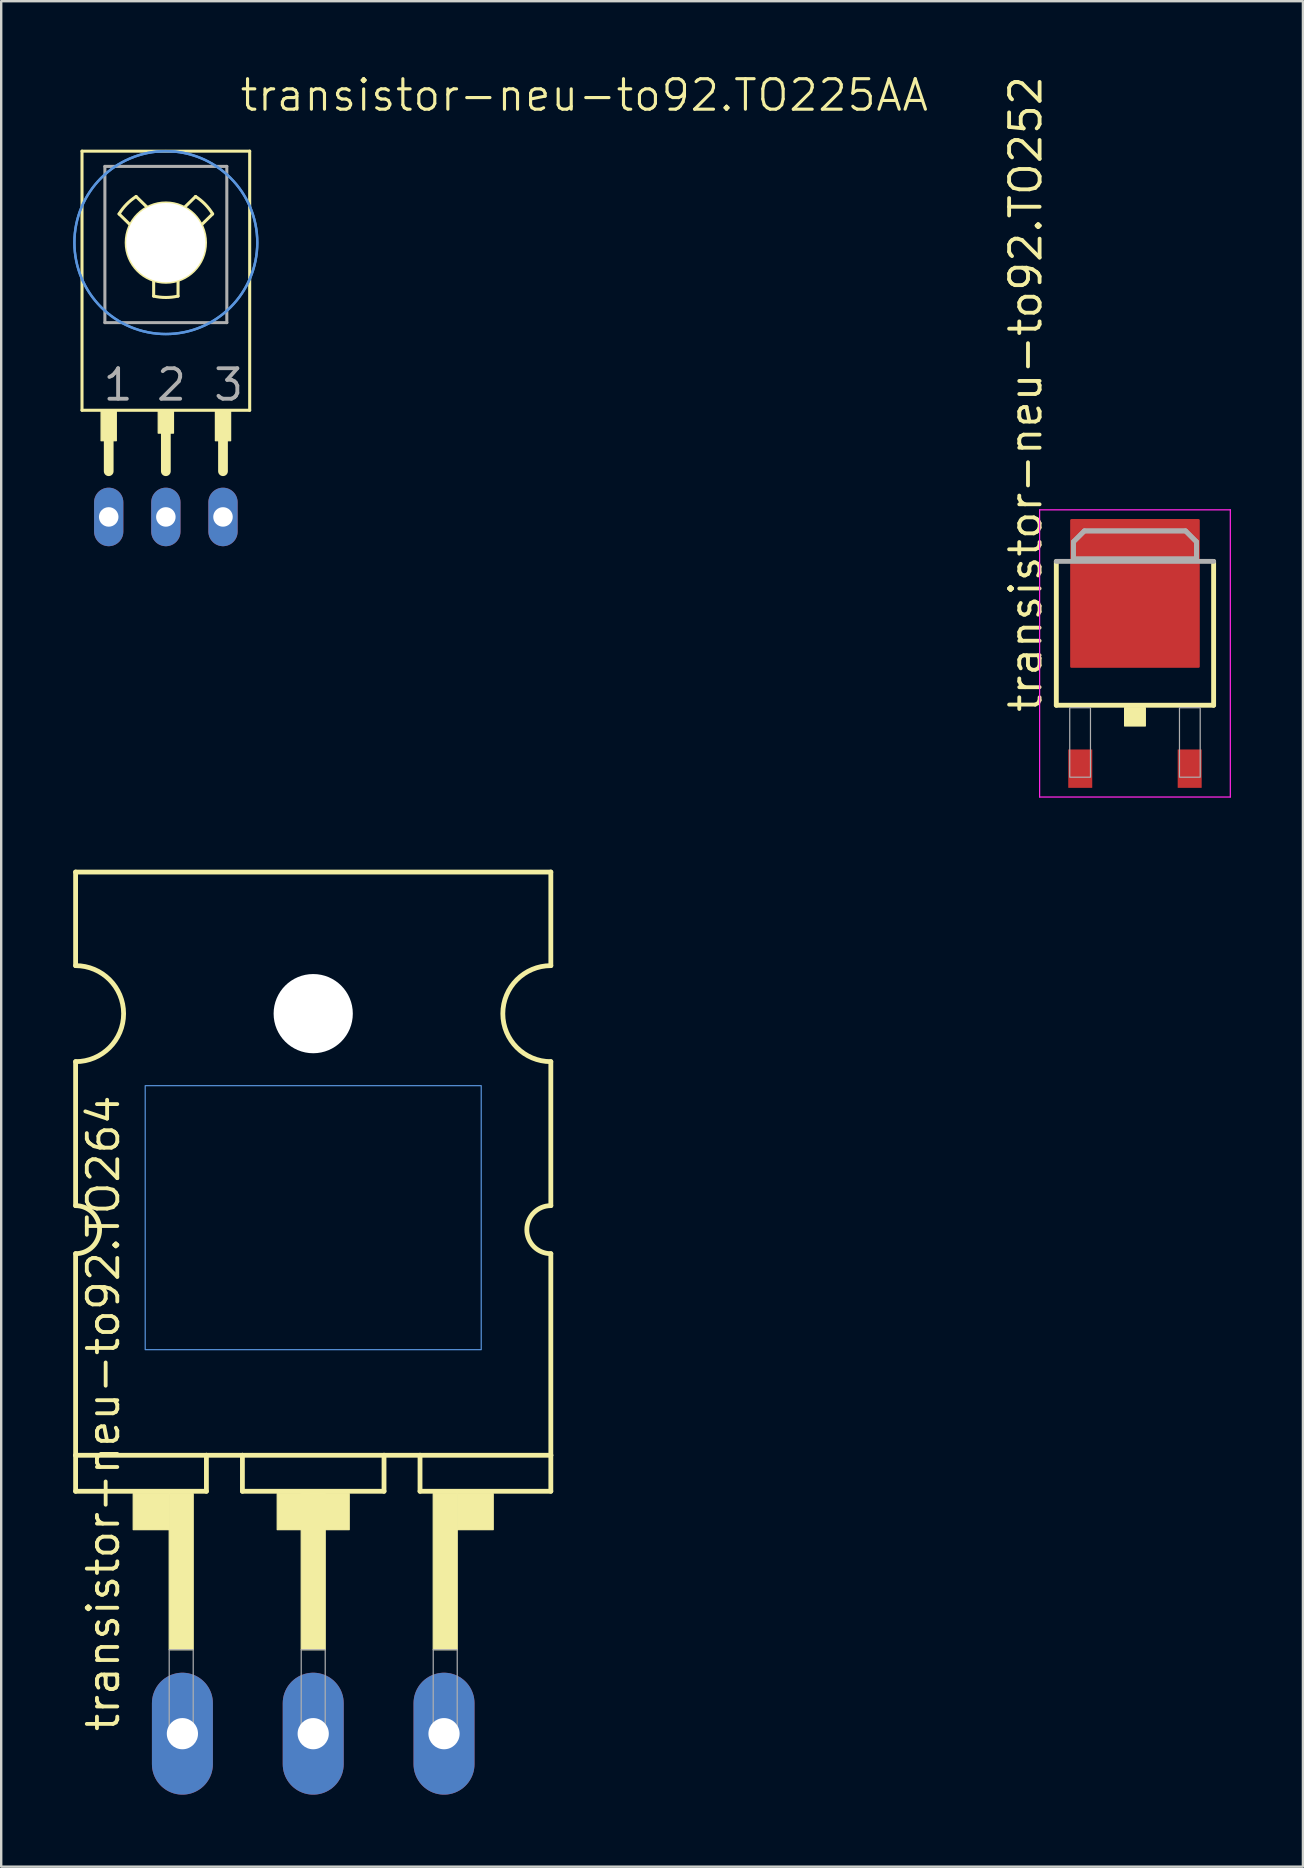
<source format=kicad_pcb>
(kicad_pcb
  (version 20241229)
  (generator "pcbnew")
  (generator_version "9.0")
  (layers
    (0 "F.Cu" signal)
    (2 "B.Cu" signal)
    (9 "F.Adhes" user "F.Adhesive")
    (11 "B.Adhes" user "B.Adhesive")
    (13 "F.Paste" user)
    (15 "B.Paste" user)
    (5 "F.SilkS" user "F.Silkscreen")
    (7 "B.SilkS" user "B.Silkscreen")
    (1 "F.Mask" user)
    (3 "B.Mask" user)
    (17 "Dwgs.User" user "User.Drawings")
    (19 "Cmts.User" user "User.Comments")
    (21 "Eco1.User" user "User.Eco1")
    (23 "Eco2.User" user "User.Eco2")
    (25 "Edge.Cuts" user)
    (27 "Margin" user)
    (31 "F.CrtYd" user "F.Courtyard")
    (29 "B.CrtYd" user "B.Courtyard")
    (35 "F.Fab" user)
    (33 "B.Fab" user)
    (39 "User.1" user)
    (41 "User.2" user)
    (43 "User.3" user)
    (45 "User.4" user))
  (footprint "transistor-neu-to92.TO264"
    (layer "F.Cu")
    (at 10 39.183)
    (property "Reference" "transistor-neu-to92.TO264" (at -8 30 90) (layer "F.SilkS") (effects (font (size 1.27 1.27) (thickness 0.16)) (justify left bottom)))
    (attr through_hole)
    (fp_line (start -9.9 -5.9) (end -9.9 -2) (stroke (width 0.2) (type default)) (layer "F.SilkS"))
    (fp_line (start -9.9 2) (end -9.9 8) (stroke (width 0.2) (type default)) (layer "F.SilkS"))
    (fp_line (start -9.9 10) (end -9.9 18.4) (stroke (width 0.2) (type default)) (layer "F.SilkS"))
    (fp_line (start -9.9 18.4) (end -9.9 19.9) (stroke (width 0.2) (type default)) (layer "F.SilkS"))
    (fp_line (start -9.9 18.4) (end -4.45 18.4) (stroke (width 0.2) (type default)) (layer "F.SilkS"))
    (fp_line (start -9.9 19.9) (end -4.45 19.9) (stroke (width 0.2) (type default)) (layer "F.SilkS"))
    (fp_line (start -4.45 18.4) (end -2.95 18.4) (stroke (width 0.2) (type default)) (layer "F.SilkS"))
    (fp_line (start -4.45 19.9) (end -4.45 18.4) (stroke (width 0.2) (type default)) (layer "F.SilkS"))
    (fp_line (start -2.95 18.4) (end 2.95 18.4) (stroke (width 0.2) (type default)) (layer "F.SilkS"))
    (fp_line (start -2.95 19.9) (end -2.95 18.4) (stroke (width 0.2) (type default)) (layer "F.SilkS"))
    (fp_line (start -2.95 19.9) (end 2.95 19.9) (stroke (width 0.2) (type default)) (layer "F.SilkS"))
    (fp_line (start 2.95 18.4) (end 4.45 18.4) (stroke (width 0.2) (type default)) (layer "F.SilkS"))
    (fp_line (start 2.95 19.9) (end 2.95 18.4) (stroke (width 0.2) (type default)) (layer "F.SilkS"))
    (fp_line (start 4.45 18.4) (end 9.9 18.4) (stroke (width 0.2) (type default)) (layer "F.SilkS"))
    (fp_line (start 4.45 19.9) (end 4.45 18.4) (stroke (width 0.2) (type default)) (layer "F.SilkS"))
    (fp_line (start 4.45 19.9) (end 9.9 19.9) (stroke (width 0.2) (type default)) (layer "F.SilkS"))
    (fp_line (start 9.9 -5.9) (end -9.9 -5.9) (stroke (width 0.2) (type default)) (layer "F.SilkS"))
    (fp_line (start 9.9 -2) (end 9.9 -5.9) (stroke (width 0.2) (type default)) (layer "F.SilkS"))
    (fp_line (start 9.9 8) (end 9.9 2) (stroke (width 0.2) (type default)) (layer "F.SilkS"))
    (fp_line (start 9.9 18.4) (end 9.9 10) (stroke (width 0.2) (type default)) (layer "F.SilkS"))
    (fp_line (start 9.9 19.9) (end 9.9 18.4) (stroke (width 0.2) (type default)) (layer "F.SilkS"))
    (fp_rect (start -7.5 21.5) (end -6 20) (stroke (width 0.05) (type default)) (fill yes) (layer "F.SilkS"))
    (fp_rect (start -6 26.5) (end -5 20) (stroke (width 0.05) (type default)) (fill yes) (layer "F.SilkS"))
    (fp_rect (start -1.5 21.5) (end 1.5 20) (stroke (width 0.05) (type default)) (fill yes) (layer "F.SilkS"))
    (fp_rect (start -0.5 26.5) (end 0.5 20) (stroke (width 0.05) (type default)) (fill yes) (layer "F.SilkS"))
    (fp_rect (start 5 26.5) (end 6 20) (stroke (width 0.05) (type default)) (fill yes) (layer "F.SilkS"))
    (fp_rect (start 6 21.5) (end 7.5 20) (stroke (width 0.05) (type default)) (fill yes) (layer "F.SilkS"))
    (fp_arc (start -9.9 -2) (mid -7.9 0) (end -9.9 2) (stroke (width 0.2) (type default)) (layer "F.SilkS"))
    (fp_arc (start -9.9 8) (mid -8.9 9) (end -9.9 10) (stroke (width 0.2) (type default)) (layer "F.SilkS"))
    (fp_arc (start 9.9 2) (mid 7.9 0) (end 9.9 -2) (stroke (width 0.2) (type default)) (layer "F.SilkS"))
    (fp_arc (start 9.9 10) (mid 8.9 9) (end 9.9 8) (stroke (width 0.2) (type default)) (layer "F.SilkS"))
    (fp_rect (start -7 14) (end 7 3) (stroke (width 0.05) (type default)) (fill no) (layer "Cmts.User"))
    (fp_rect (start -6 30) (end -5 26.5) (stroke (width 0.05) (type default)) (fill no) (layer "F.Fab"))
    (fp_rect (start -0.5 30) (end 0.5 26.5) (stroke (width 0.05) (type default)) (fill no) (layer "F.Fab"))
    (fp_rect (start 5 30) (end 6 26.5) (stroke (width 0.05) (type default)) (fill no) (layer "F.Fab"))
    (pad "" np_thru_hole circle (at 0 0) (size 3.3 3.3) (drill 3.3) (layers "*.Cu" "*.Mask"))
    (pad "1" thru_hole oval (at -5.45 30 90) (size 5.08 2.54) (drill 1.3) (layers "*.Cu" "*.Mask"))
    (pad "2" thru_hole oval (at 0 30 90) (size 5.08 2.54) (drill 1.3) (layers "*.Cu" "*.Mask"))
    (pad "3" thru_hole oval (at 5.45 30 90) (size 5.08 2.54) (drill 1.3) (layers "*.Cu" "*.Mask")))
  (footprint "transistor-neu-to92.TO252"
    (layer "F.Cu")
    (at 44.238 24.175)
    (property "Reference" "transistor-neu-to92.TO252" (at -3.81 2.54 90) (layer "F.SilkS") (effects (font (size 1.27 1.27) (thickness 0.16)) (justify left bottom)))
    (attr smd)
    (fp_line (start -3.277 2.159) (end -3.277 -3.835) (stroke (width 0.203) (type default)) (layer "F.SilkS"))
    (fp_line (start 3.277 -3.835) (end 3.277 2.159) (stroke (width 0.203) (type default)) (layer "F.SilkS"))
    (fp_line (start 3.277 2.159) (end -3.277 2.159) (stroke (width 0.203) (type default)) (layer "F.SilkS"))
    (fp_rect (start -0.432 3.023) (end 0.432 2.261) (stroke (width 0.05) (type default)) (fill yes) (layer "F.SilkS"))
    (fp_line (start -3.973 -5.983) (end 3.973 -5.983) (stroke (width 0.051) (type default)) (layer "F.CrtYd"))
    (fp_line (start -3.973 5.983) (end -3.973 -5.983) (stroke (width 0.051) (type default)) (layer "F.CrtYd"))
    (fp_line (start 3.973 -5.983) (end 3.973 5.983) (stroke (width 0.051) (type default)) (layer "F.CrtYd"))
    (fp_line (start 3.973 5.983) (end -3.973 5.983) (stroke (width 0.051) (type default)) (layer "F.CrtYd"))
    (fp_line (start -3.277 -3.835) (end 3.277 -3.835) (stroke (width 0.203) (type default)) (layer "F.Fab"))
    (fp_line (start -2.565 -4.648) (end -2.108 -5.105) (stroke (width 0.203) (type default)) (layer "F.Fab"))
    (fp_line (start -2.565 -3.937) (end -2.565 -4.648) (stroke (width 0.203) (type default)) (layer "F.Fab"))
    (fp_line (start -2.108 -5.105) (end 2.108 -5.105) (stroke (width 0.203) (type default)) (layer "F.Fab"))
    (fp_line (start 2.108 -5.105) (end 2.565 -4.648) (stroke (width 0.203) (type default)) (layer "F.Fab"))
    (fp_line (start 2.565 -4.648) (end 2.565 -3.937) (stroke (width 0.203) (type default)) (layer "F.Fab"))
    (fp_line (start 2.565 -3.937) (end -2.565 -3.937) (stroke (width 0.203) (type default)) (layer "F.Fab"))
    (fp_rect (start -2.718 5.156) (end -1.854 2.261) (stroke (width 0.05) (type default)) (fill no) (layer "F.Fab"))
    (fp_rect (start 1.854 5.156) (end 2.718 2.261) (stroke (width 0.05) (type default)) (fill no) (layer "F.Fab"))
    (fp_poly (pts (xy -2.565 -3.937) (xy -2.565 -4.648) (xy -2.108 -5.105) (xy 2.108 -5.105) (xy 2.565 -4.648) (xy 2.565 -3.937)) (stroke (width 0.2) (type default)) (fill no) (layer "F.Fab"))
    (pad "1" smd roundrect (at -2.28 4.8) (size 1 1.6) (layers "F.Cu" "F.Mask" "F.Paste") (roundrect_rratio 0.01))
    (pad "2" smd roundrect (at 2.28 4.8) (size 1 1.6) (layers "F.Cu" "F.Mask" "F.Paste") (roundrect_rratio 0.01))
    (pad "3" smd roundrect (at 0 -2.5) (size 5.4 6.2) (layers "F.Cu" "F.Mask" "F.Paste") (roundrect_rratio 0.01)))
  (footprint "transistor-neu-to92.TO225AA"
    (layer "F.Cu")
    (at 3.86 7.058)
    (property "Reference" "transistor-neu-to92.TO225AA" (at 3.016 -5.397 180) (layer "F.SilkS") (effects (font (size 1.27 1.27) (thickness 0.13)) (justify left bottom)))
    (attr through_hole)
    (fp_line (start -3.493 -3.81) (end 3.493 -3.81) (stroke (width 0.127) (type default)) (layer "F.SilkS"))
    (fp_line (start -3.493 6.985) (end -3.493 -3.81) (stroke (width 0.127) (type default)) (layer "F.SilkS"))
    (fp_line (start -3.493 6.985) (end 3.493 6.985) (stroke (width 0.127) (type default)) (layer "F.SilkS"))
    (fp_line (start -2.381 8.096) (end -2.381 9.525) (stroke (width 0.406) (type default)) (layer "F.SilkS"))
    (fp_line (start -1.479 -0.734) (end -1.949 -1.194) (stroke (width 0.127) (type default)) (layer "F.SilkS"))
    (fp_line (start -0.769 -1.461) (end -1.239 -1.921) (stroke (width 0.127) (type default)) (layer "F.SilkS"))
    (fp_line (start -0.508 1.571) (end -0.508 2.229) (stroke (width 0.127) (type default)) (layer "F.SilkS"))
    (fp_line (start 0 7.779) (end 0 9.525) (stroke (width 0.406) (type default)) (layer "F.SilkS"))
    (fp_line (start 0.508 1.571) (end 0.508 2.229) (stroke (width 0.127) (type default)) (layer "F.SilkS"))
    (fp_line (start 0.769 -1.461) (end 1.239 -1.921) (stroke (width 0.127) (type default)) (layer "F.SilkS"))
    (fp_line (start 1.479 -0.734) (end 1.949 -1.194) (stroke (width 0.127) (type default)) (layer "F.SilkS"))
    (fp_line (start 2.381 8.096) (end 2.381 9.525) (stroke (width 0.406) (type default)) (layer "F.SilkS"))
    (fp_line (start 3.493 -3.81) (end 3.493 6.985) (stroke (width 0.127) (type default)) (layer "F.SilkS"))
    (fp_rect (start -2.699 8.255) (end -2.064 6.985) (stroke (width 0.05) (type default)) (fill yes) (layer "F.SilkS"))
    (fp_rect (start -0.318 7.938) (end 0.318 6.985) (stroke (width 0.05) (type default)) (fill yes) (layer "F.SilkS"))
    (fp_rect (start 2.064 8.255) (end 2.699 6.985) (stroke (width 0.05) (type default)) (fill yes) (layer "F.SilkS"))
    (fp_arc (start -1.949 -1.194) (mid -1.634921 -1.597231) (end -1.2391 -1.9206) (stroke (width 0.127) (type default)) (layer "F.SilkS"))
    (fp_arc (start 0.508 2.229) (mid 0 2.286158) (end -0.508 2.229) (stroke (width 0.127) (type default)) (layer "F.SilkS"))
    (fp_arc (start 1.239 -1.921) (mid 1.63487 -1.597636) (end 1.949 -1.1944) (stroke (width 0.127) (type default)) (layer "F.SilkS"))
    (fp_circle (center 0 0) (end 1.651 0) (stroke (width 0.127) (type default)) (fill no) (layer "F.SilkS"))
    (fp_circle (center 0 0) (end 3.81 0) (stroke (width 0.1) (type default)) (fill no) (layer "Cmts.User"))
    (fp_circle (center 0 0) (end 3.81 0) (stroke (width 0.1) (type default)) (fill no) (layer "Cmts.User"))
    (fp_line (start -2.54 -3.175) (end -2.54 3.334) (stroke (width 0.127) (type default)) (layer "F.Fab"))
    (fp_line (start -2.54 3.334) (end 2.54 3.334) (stroke (width 0.127) (type default)) (layer "F.Fab"))
    (fp_line (start 2.54 -3.175) (end -2.54 -3.175) (stroke (width 0.127) (type default)) (layer "F.Fab"))
    (fp_line (start 2.54 3.334) (end 2.54 -3.175) (stroke (width 0.127) (type default)) (layer "F.Fab"))
    (fp_text user "3" (at 1.905 6.668 0) (layer "F.Fab") (effects (font (size 1.27 1.27) (thickness 0.16)) (justify left bottom)))
    (fp_text user "2" (at -0.476 6.668 0) (layer "F.Fab") (effects (font (size 1.27 1.27) (thickness 0.16)) (justify left bottom)))
    (fp_text user "1" (at -2.699 6.668 0) (layer "F.Fab") (effects (font (size 1.27 1.27) (thickness 0.16)) (justify left bottom)))
    (pad "" np_thru_hole circle (at 0 0) (size 3.302 3.302) (drill 3.302) (layers "*.Cu" "*.Mask"))
    (pad "1" thru_hole oval (at -2.381 11.43 90) (size 2.438 1.219) (drill 0.813) (layers "*.Cu" "*.Mask"))
    (pad "2" thru_hole oval (at 0 11.43 90) (size 2.438 1.219) (drill 0.813) (layers "*.Cu" "*.Mask"))
    (pad "3" thru_hole oval (at 2.381 11.43 90) (size 2.438 1.219) (drill 0.813) (layers "*.Cu" "*.Mask")))
  (gr_rect
    (start -3 -3)
    (end 51.236 74.723)
    (stroke (width 0.1) (type default))
    (fill no)
    (layer "Edge.Cuts")))
</source>
